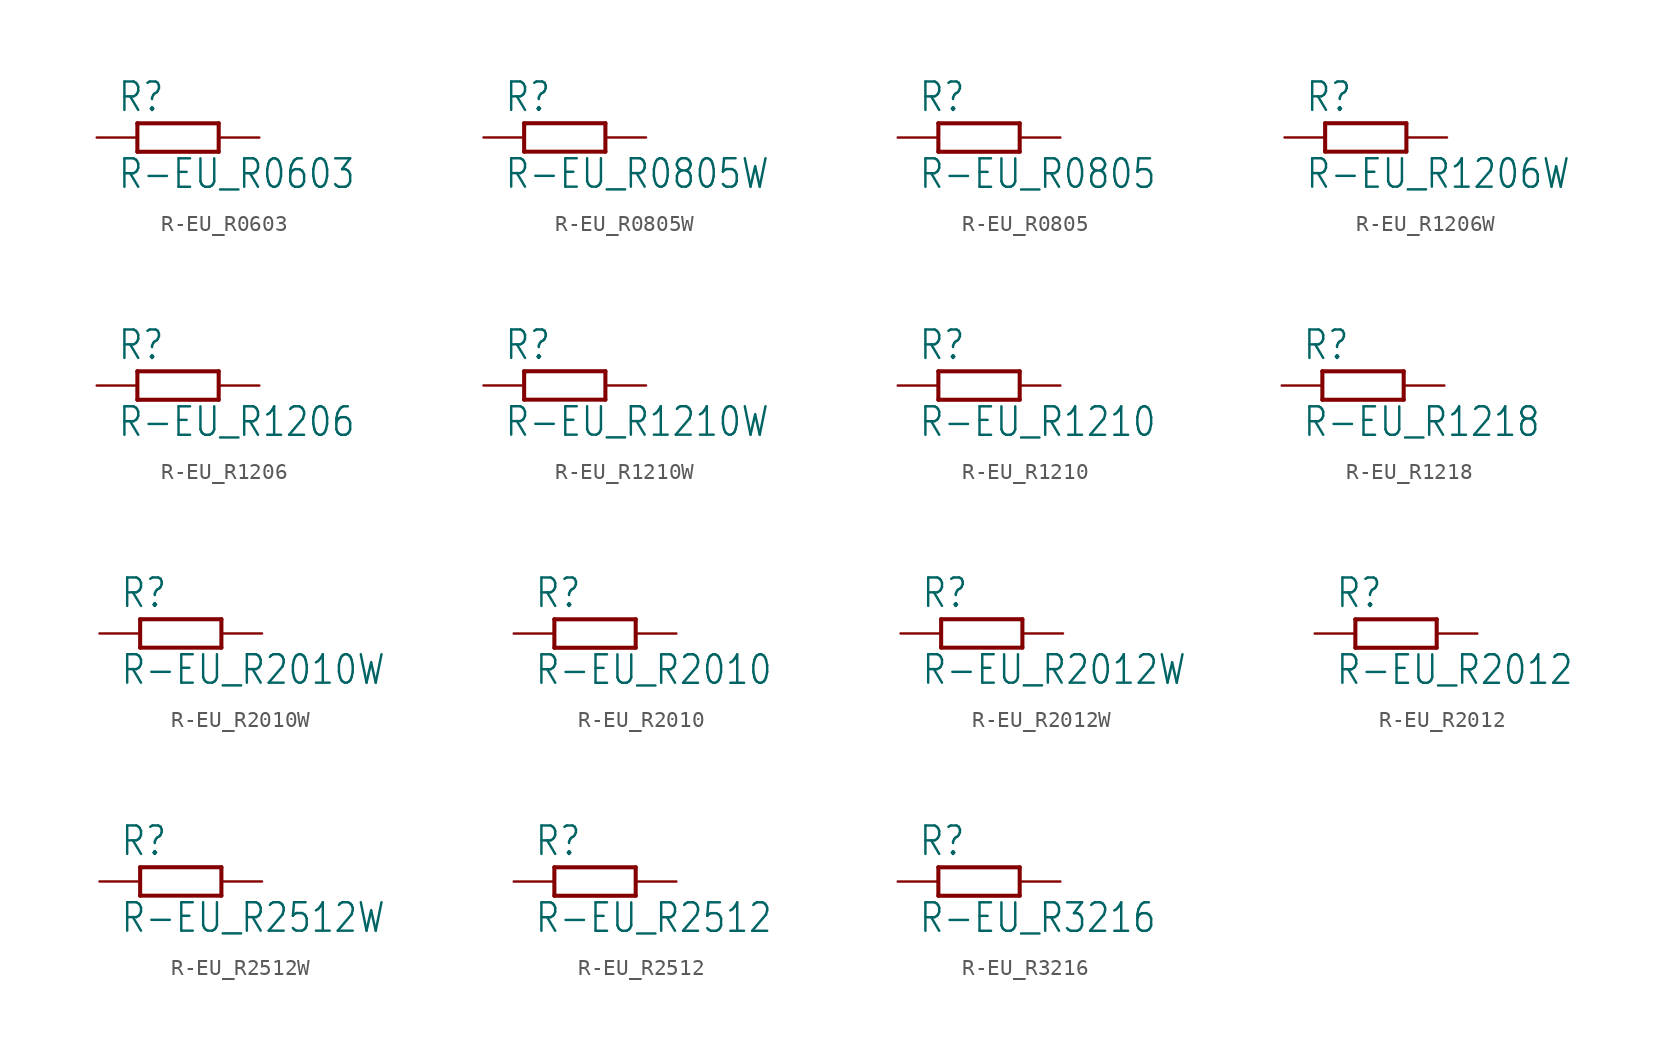
<source format=kicad_sym>
(kicad_symbol_lib
  (version 20210619)
  (generator kicad_symbol_editor)
  (symbol "R-EU_R0603"
    (property "Reference" "R"
      (at -3.81 1.499 0)
      (effects (font (size 1.778 1.511)) (justify left bottom)))
    (property "Value" "R-EU_R0603"
      (at -3.81 -3.302 0)
      (effects (font (size 1.778 1.511)) (justify left bottom)))
    (property "ki_locked" ""
      (at 0 0 0)
      (effects (font (size 1.27 1.27))))
    (symbol "R-EU_R0603_1_0"
      (polyline (pts (xy -2.54 -0.889) (xy -2.54 0.889)) (stroke (width 0.254)) (fill (type none)))
      (polyline (pts (xy -2.54 -0.889) (xy 2.54 -0.889)) (stroke (width 0.254)) (fill (type none)))
      (polyline (pts (xy 2.54 -0.889) (xy 2.54 0.889)) (stroke (width 0.254)) (fill (type none)))
      (polyline (pts (xy 2.54 0.889) (xy -2.54 0.889)) (stroke (width 0.254)) (fill (type none)))
      (pin passive line (at -5.08 0 0) (length 2.54) (name "1" (effects (font (size 0 0)))) (number "1" (effects (font (size 0 0)))))
      (pin passive line (at 5.08 0 180) (length 2.54) (name "2" (effects (font (size 0 0)))) (number "2" (effects (font (size 0 0)))))))
  (symbol "R-EU_R0805W"
    (property "Reference" "R"
      (at -3.81 1.499 0)
      (effects (font (size 1.778 1.511)) (justify left bottom)))
    (property "Value" "R-EU_R0805W"
      (at -3.81 -3.302 0)
      (effects (font (size 1.778 1.511)) (justify left bottom)))
    (property "ki_locked" ""
      (at 0 0 0)
      (effects (font (size 1.27 1.27))))
    (symbol "R-EU_R0805W_1_0"
      (polyline (pts (xy -2.54 -0.889) (xy -2.54 0.889)) (stroke (width 0.254)) (fill (type none)))
      (polyline (pts (xy -2.54 -0.889) (xy 2.54 -0.889)) (stroke (width 0.254)) (fill (type none)))
      (polyline (pts (xy 2.54 -0.889) (xy 2.54 0.889)) (stroke (width 0.254)) (fill (type none)))
      (polyline (pts (xy 2.54 0.889) (xy -2.54 0.889)) (stroke (width 0.254)) (fill (type none)))
      (pin passive line (at -5.08 0 0) (length 2.54) (name "1" (effects (font (size 0 0)))) (number "1" (effects (font (size 0 0)))))
      (pin passive line (at 5.08 0 180) (length 2.54) (name "2" (effects (font (size 0 0)))) (number "2" (effects (font (size 0 0)))))))
  (symbol "R-EU_R0805"
    (property "Reference" "R"
      (at -3.81 1.499 0)
      (effects (font (size 1.778 1.511)) (justify left bottom)))
    (property "Value" "R-EU_R0805"
      (at -3.81 -3.302 0)
      (effects (font (size 1.778 1.511)) (justify left bottom)))
    (property "ki_locked" ""
      (at 0 0 0)
      (effects (font (size 1.27 1.27))))
    (symbol "R-EU_R0805_1_0"
      (polyline (pts (xy -2.54 -0.889) (xy -2.54 0.889)) (stroke (width 0.254)) (fill (type none)))
      (polyline (pts (xy -2.54 -0.889) (xy 2.54 -0.889)) (stroke (width 0.254)) (fill (type none)))
      (polyline (pts (xy 2.54 -0.889) (xy 2.54 0.889)) (stroke (width 0.254)) (fill (type none)))
      (polyline (pts (xy 2.54 0.889) (xy -2.54 0.889)) (stroke (width 0.254)) (fill (type none)))
      (pin passive line (at -5.08 0 0) (length 2.54) (name "1" (effects (font (size 0 0)))) (number "1" (effects (font (size 0 0)))))
      (pin passive line (at 5.08 0 180) (length 2.54) (name "2" (effects (font (size 0 0)))) (number "2" (effects (font (size 0 0)))))))
  (symbol "R-EU_R1206W"
    (property "Reference" "R"
      (at -3.81 1.499 0)
      (effects (font (size 1.778 1.511)) (justify left bottom)))
    (property "Value" "R-EU_R1206W"
      (at -3.81 -3.302 0)
      (effects (font (size 1.778 1.511)) (justify left bottom)))
    (property "ki_locked" ""
      (at 0 0 0)
      (effects (font (size 1.27 1.27))))
    (symbol "R-EU_R1206W_1_0"
      (polyline (pts (xy -2.54 -0.889) (xy -2.54 0.889)) (stroke (width 0.254)) (fill (type none)))
      (polyline (pts (xy -2.54 -0.889) (xy 2.54 -0.889)) (stroke (width 0.254)) (fill (type none)))
      (polyline (pts (xy 2.54 -0.889) (xy 2.54 0.889)) (stroke (width 0.254)) (fill (type none)))
      (polyline (pts (xy 2.54 0.889) (xy -2.54 0.889)) (stroke (width 0.254)) (fill (type none)))
      (pin passive line (at -5.08 0 0) (length 2.54) (name "1" (effects (font (size 0 0)))) (number "1" (effects (font (size 0 0)))))
      (pin passive line (at 5.08 0 180) (length 2.54) (name "2" (effects (font (size 0 0)))) (number "2" (effects (font (size 0 0)))))))
  (symbol "R-EU_R1206"
    (property "Reference" "R"
      (at -3.81 1.499 0)
      (effects (font (size 1.778 1.511)) (justify left bottom)))
    (property "Value" "R-EU_R1206"
      (at -3.81 -3.302 0)
      (effects (font (size 1.778 1.511)) (justify left bottom)))
    (property "ki_locked" ""
      (at 0 0 0)
      (effects (font (size 1.27 1.27))))
    (symbol "R-EU_R1206_1_0"
      (polyline (pts (xy -2.54 -0.889) (xy -2.54 0.889)) (stroke (width 0.254)) (fill (type none)))
      (polyline (pts (xy -2.54 -0.889) (xy 2.54 -0.889)) (stroke (width 0.254)) (fill (type none)))
      (polyline (pts (xy 2.54 -0.889) (xy 2.54 0.889)) (stroke (width 0.254)) (fill (type none)))
      (polyline (pts (xy 2.54 0.889) (xy -2.54 0.889)) (stroke (width 0.254)) (fill (type none)))
      (pin passive line (at -5.08 0 0) (length 2.54) (name "1" (effects (font (size 0 0)))) (number "1" (effects (font (size 0 0)))))
      (pin passive line (at 5.08 0 180) (length 2.54) (name "2" (effects (font (size 0 0)))) (number "2" (effects (font (size 0 0)))))))
  (symbol "R-EU_R1210W"
    (property "Reference" "R"
      (at -3.81 1.499 0)
      (effects (font (size 1.778 1.511)) (justify left bottom)))
    (property "Value" "R-EU_R1210W"
      (at -3.81 -3.302 0)
      (effects (font (size 1.778 1.511)) (justify left bottom)))
    (property "ki_locked" ""
      (at 0 0 0)
      (effects (font (size 1.27 1.27))))
    (symbol "R-EU_R1210W_1_0"
      (polyline (pts (xy -2.54 -0.889) (xy -2.54 0.889)) (stroke (width 0.254)) (fill (type none)))
      (polyline (pts (xy -2.54 -0.889) (xy 2.54 -0.889)) (stroke (width 0.254)) (fill (type none)))
      (polyline (pts (xy 2.54 -0.889) (xy 2.54 0.889)) (stroke (width 0.254)) (fill (type none)))
      (polyline (pts (xy 2.54 0.889) (xy -2.54 0.889)) (stroke (width 0.254)) (fill (type none)))
      (pin passive line (at -5.08 0 0) (length 2.54) (name "1" (effects (font (size 0 0)))) (number "1" (effects (font (size 0 0)))))
      (pin passive line (at 5.08 0 180) (length 2.54) (name "2" (effects (font (size 0 0)))) (number "2" (effects (font (size 0 0)))))))
  (symbol "R-EU_R1210"
    (property "Reference" "R"
      (at -3.81 1.499 0)
      (effects (font (size 1.778 1.511)) (justify left bottom)))
    (property "Value" "R-EU_R1210"
      (at -3.81 -3.302 0)
      (effects (font (size 1.778 1.511)) (justify left bottom)))
    (property "ki_locked" ""
      (at 0 0 0)
      (effects (font (size 1.27 1.27))))
    (symbol "R-EU_R1210_1_0"
      (polyline (pts (xy -2.54 -0.889) (xy -2.54 0.889)) (stroke (width 0.254)) (fill (type none)))
      (polyline (pts (xy -2.54 -0.889) (xy 2.54 -0.889)) (stroke (width 0.254)) (fill (type none)))
      (polyline (pts (xy 2.54 -0.889) (xy 2.54 0.889)) (stroke (width 0.254)) (fill (type none)))
      (polyline (pts (xy 2.54 0.889) (xy -2.54 0.889)) (stroke (width 0.254)) (fill (type none)))
      (pin passive line (at -5.08 0 0) (length 2.54) (name "1" (effects (font (size 0 0)))) (number "1" (effects (font (size 0 0)))))
      (pin passive line (at 5.08 0 180) (length 2.54) (name "2" (effects (font (size 0 0)))) (number "2" (effects (font (size 0 0)))))))
  (symbol "R-EU_R1218"
    (property "Reference" "R"
      (at -3.81 1.499 0)
      (effects (font (size 1.778 1.511)) (justify left bottom)))
    (property "Value" "R-EU_R1218"
      (at -3.81 -3.302 0)
      (effects (font (size 1.778 1.511)) (justify left bottom)))
    (property "ki_locked" ""
      (at 0 0 0)
      (effects (font (size 1.27 1.27))))
    (symbol "R-EU_R1218_1_0"
      (polyline (pts (xy -2.54 -0.889) (xy -2.54 0.889)) (stroke (width 0.254)) (fill (type none)))
      (polyline (pts (xy -2.54 -0.889) (xy 2.54 -0.889)) (stroke (width 0.254)) (fill (type none)))
      (polyline (pts (xy 2.54 -0.889) (xy 2.54 0.889)) (stroke (width 0.254)) (fill (type none)))
      (polyline (pts (xy 2.54 0.889) (xy -2.54 0.889)) (stroke (width 0.254)) (fill (type none)))
      (pin passive line (at -5.08 0 0) (length 2.54) (name "1" (effects (font (size 0 0)))) (number "1" (effects (font (size 0 0)))))
      (pin passive line (at 5.08 0 180) (length 2.54) (name "2" (effects (font (size 0 0)))) (number "2" (effects (font (size 0 0)))))))
  (symbol "R-EU_R2010W"
    (property "Reference" "R"
      (at -3.81 1.499 0)
      (effects (font (size 1.778 1.511)) (justify left bottom)))
    (property "Value" "R-EU_R2010W"
      (at -3.81 -3.302 0)
      (effects (font (size 1.778 1.511)) (justify left bottom)))
    (property "ki_locked" ""
      (at 0 0 0)
      (effects (font (size 1.27 1.27))))
    (symbol "R-EU_R2010W_1_0"
      (polyline (pts (xy -2.54 -0.889) (xy -2.54 0.889)) (stroke (width 0.254)) (fill (type none)))
      (polyline (pts (xy -2.54 -0.889) (xy 2.54 -0.889)) (stroke (width 0.254)) (fill (type none)))
      (polyline (pts (xy 2.54 -0.889) (xy 2.54 0.889)) (stroke (width 0.254)) (fill (type none)))
      (polyline (pts (xy 2.54 0.889) (xy -2.54 0.889)) (stroke (width 0.254)) (fill (type none)))
      (pin passive line (at -5.08 0 0) (length 2.54) (name "1" (effects (font (size 0 0)))) (number "1" (effects (font (size 0 0)))))
      (pin passive line (at 5.08 0 180) (length 2.54) (name "2" (effects (font (size 0 0)))) (number "2" (effects (font (size 0 0)))))))
  (symbol "R-EU_R2010"
    (property "Reference" "R"
      (at -3.81 1.499 0)
      (effects (font (size 1.778 1.511)) (justify left bottom)))
    (property "Value" "R-EU_R2010"
      (at -3.81 -3.302 0)
      (effects (font (size 1.778 1.511)) (justify left bottom)))
    (property "ki_locked" ""
      (at 0 0 0)
      (effects (font (size 1.27 1.27))))
    (symbol "R-EU_R2010_1_0"
      (polyline (pts (xy -2.54 -0.889) (xy -2.54 0.889)) (stroke (width 0.254)) (fill (type none)))
      (polyline (pts (xy -2.54 -0.889) (xy 2.54 -0.889)) (stroke (width 0.254)) (fill (type none)))
      (polyline (pts (xy 2.54 -0.889) (xy 2.54 0.889)) (stroke (width 0.254)) (fill (type none)))
      (polyline (pts (xy 2.54 0.889) (xy -2.54 0.889)) (stroke (width 0.254)) (fill (type none)))
      (pin passive line (at -5.08 0 0) (length 2.54) (name "1" (effects (font (size 0 0)))) (number "1" (effects (font (size 0 0)))))
      (pin passive line (at 5.08 0 180) (length 2.54) (name "2" (effects (font (size 0 0)))) (number "2" (effects (font (size 0 0)))))))
  (symbol "R-EU_R2012W"
    (property "Reference" "R"
      (at -3.81 1.499 0)
      (effects (font (size 1.778 1.511)) (justify left bottom)))
    (property "Value" "R-EU_R2012W"
      (at -3.81 -3.302 0)
      (effects (font (size 1.778 1.511)) (justify left bottom)))
    (property "ki_locked" ""
      (at 0 0 0)
      (effects (font (size 1.27 1.27))))
    (symbol "R-EU_R2012W_1_0"
      (polyline (pts (xy -2.54 -0.889) (xy -2.54 0.889)) (stroke (width 0.254)) (fill (type none)))
      (polyline (pts (xy -2.54 -0.889) (xy 2.54 -0.889)) (stroke (width 0.254)) (fill (type none)))
      (polyline (pts (xy 2.54 -0.889) (xy 2.54 0.889)) (stroke (width 0.254)) (fill (type none)))
      (polyline (pts (xy 2.54 0.889) (xy -2.54 0.889)) (stroke (width 0.254)) (fill (type none)))
      (pin passive line (at -5.08 0 0) (length 2.54) (name "1" (effects (font (size 0 0)))) (number "1" (effects (font (size 0 0)))))
      (pin passive line (at 5.08 0 180) (length 2.54) (name "2" (effects (font (size 0 0)))) (number "2" (effects (font (size 0 0)))))))
  (symbol "R-EU_R2012"
    (property "Reference" "R"
      (at -3.81 1.499 0)
      (effects (font (size 1.778 1.511)) (justify left bottom)))
    (property "Value" "R-EU_R2012"
      (at -3.81 -3.302 0)
      (effects (font (size 1.778 1.511)) (justify left bottom)))
    (property "ki_locked" ""
      (at 0 0 0)
      (effects (font (size 1.27 1.27))))
    (symbol "R-EU_R2012_1_0"
      (polyline (pts (xy -2.54 -0.889) (xy -2.54 0.889)) (stroke (width 0.254)) (fill (type none)))
      (polyline (pts (xy -2.54 -0.889) (xy 2.54 -0.889)) (stroke (width 0.254)) (fill (type none)))
      (polyline (pts (xy 2.54 -0.889) (xy 2.54 0.889)) (stroke (width 0.254)) (fill (type none)))
      (polyline (pts (xy 2.54 0.889) (xy -2.54 0.889)) (stroke (width 0.254)) (fill (type none)))
      (pin passive line (at -5.08 0 0) (length 2.54) (name "1" (effects (font (size 0 0)))) (number "1" (effects (font (size 0 0)))))
      (pin passive line (at 5.08 0 180) (length 2.54) (name "2" (effects (font (size 0 0)))) (number "2" (effects (font (size 0 0)))))))
  (symbol "R-EU_R2512W"
    (property "Reference" "R"
      (at -3.81 1.499 0)
      (effects (font (size 1.778 1.511)) (justify left bottom)))
    (property "Value" "R-EU_R2512W"
      (at -3.81 -3.302 0)
      (effects (font (size 1.778 1.511)) (justify left bottom)))
    (property "ki_locked" ""
      (at 0 0 0)
      (effects (font (size 1.27 1.27))))
    (symbol "R-EU_R2512W_1_0"
      (polyline (pts (xy -2.54 -0.889) (xy -2.54 0.889)) (stroke (width 0.254)) (fill (type none)))
      (polyline (pts (xy -2.54 -0.889) (xy 2.54 -0.889)) (stroke (width 0.254)) (fill (type none)))
      (polyline (pts (xy 2.54 -0.889) (xy 2.54 0.889)) (stroke (width 0.254)) (fill (type none)))
      (polyline (pts (xy 2.54 0.889) (xy -2.54 0.889)) (stroke (width 0.254)) (fill (type none)))
      (pin passive line (at -5.08 0 0) (length 2.54) (name "1" (effects (font (size 0 0)))) (number "1" (effects (font (size 0 0)))))
      (pin passive line (at 5.08 0 180) (length 2.54) (name "2" (effects (font (size 0 0)))) (number "2" (effects (font (size 0 0)))))))
  (symbol "R-EU_R2512"
    (property "Reference" "R"
      (at -3.81 1.499 0)
      (effects (font (size 1.778 1.511)) (justify left bottom)))
    (property "Value" "R-EU_R2512"
      (at -3.81 -3.302 0)
      (effects (font (size 1.778 1.511)) (justify left bottom)))
    (property "ki_locked" ""
      (at 0 0 0)
      (effects (font (size 1.27 1.27))))
    (symbol "R-EU_R2512_1_0"
      (polyline (pts (xy -2.54 -0.889) (xy -2.54 0.889)) (stroke (width 0.254)) (fill (type none)))
      (polyline (pts (xy -2.54 -0.889) (xy 2.54 -0.889)) (stroke (width 0.254)) (fill (type none)))
      (polyline (pts (xy 2.54 -0.889) (xy 2.54 0.889)) (stroke (width 0.254)) (fill (type none)))
      (polyline (pts (xy 2.54 0.889) (xy -2.54 0.889)) (stroke (width 0.254)) (fill (type none)))
      (pin passive line (at -5.08 0 0) (length 2.54) (name "1" (effects (font (size 0 0)))) (number "1" (effects (font (size 0 0)))))
      (pin passive line (at 5.08 0 180) (length 2.54) (name "2" (effects (font (size 0 0)))) (number "2" (effects (font (size 0 0)))))))
  (symbol "R-EU_R3216"
    (property "Reference" "R"
      (at -3.81 1.499 0)
      (effects (font (size 1.778 1.511)) (justify left bottom)))
    (property "Value" "R-EU_R3216"
      (at -3.81 -3.302 0)
      (effects (font (size 1.778 1.511)) (justify left bottom)))
    (property "ki_locked" ""
      (at 0 0 0)
      (effects (font (size 1.27 1.27))))
    (symbol "R-EU_R3216_1_0"
      (polyline (pts (xy -2.54 -0.889) (xy -2.54 0.889)) (stroke (width 0.254)) (fill (type none)))
      (polyline (pts (xy -2.54 -0.889) (xy 2.54 -0.889)) (stroke (width 0.254)) (fill (type none)))
      (polyline (pts (xy 2.54 -0.889) (xy 2.54 0.889)) (stroke (width 0.254)) (fill (type none)))
      (polyline (pts (xy 2.54 0.889) (xy -2.54 0.889)) (stroke (width 0.254)) (fill (type none)))
      (pin passive line (at -5.08 0 0) (length 2.54) (name "1" (effects (font (size 0 0)))) (number "1" (effects (font (size 0 0)))))
      (pin passive line (at 5.08 0 180) (length 2.54) (name "2" (effects (font (size 0 0)))) (number "2" (effects (font (size 0 0))))))))
</source>
